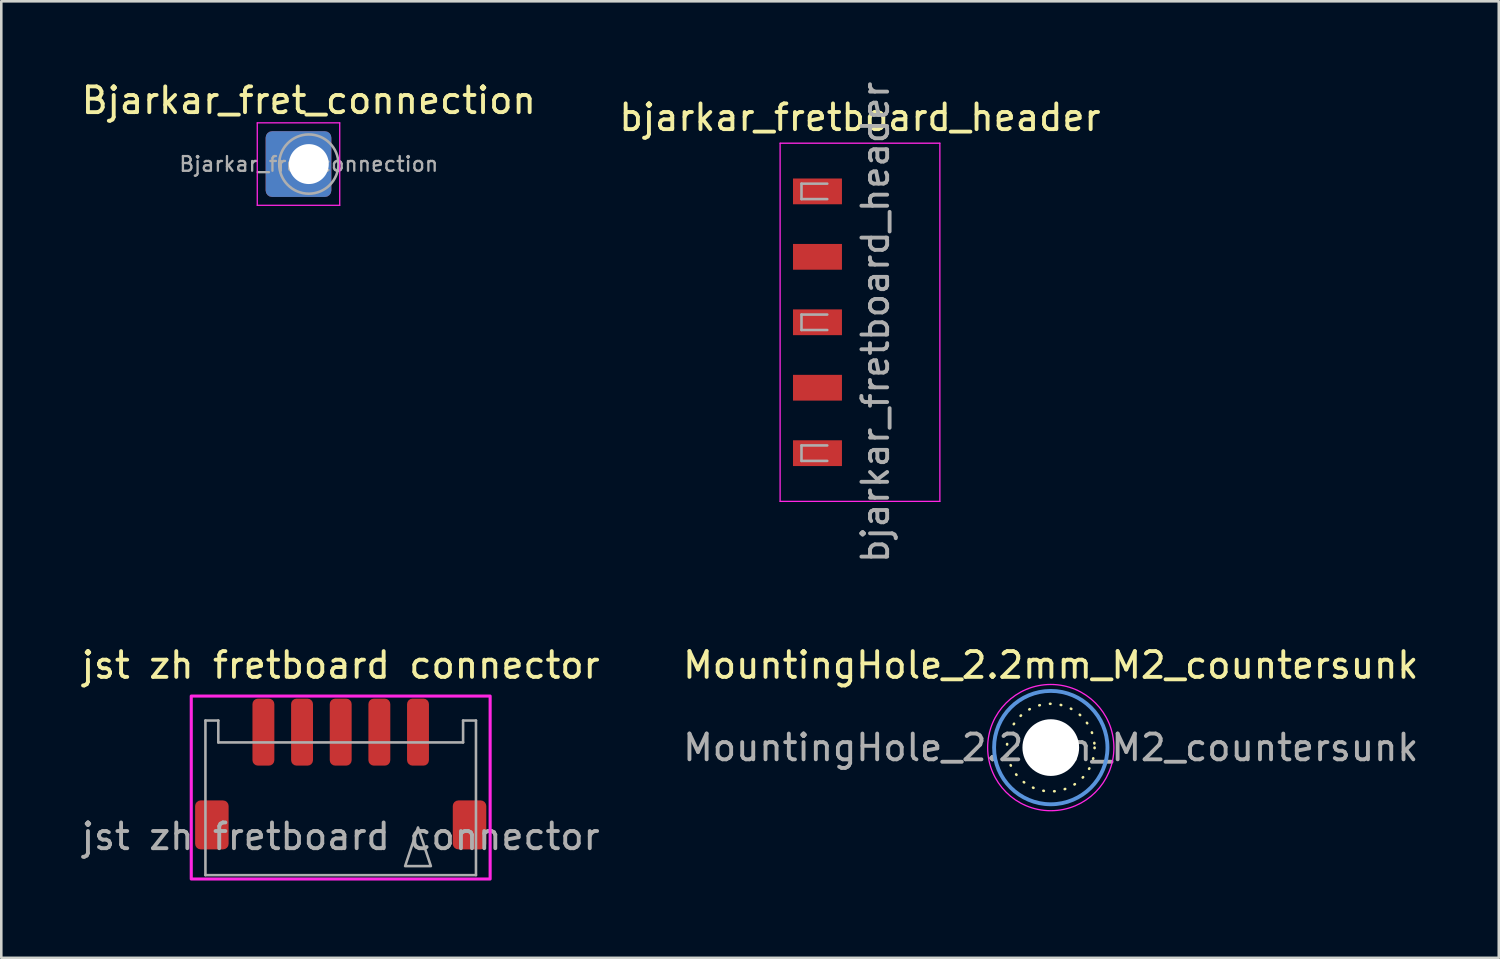
<source format=kicad_pcb>
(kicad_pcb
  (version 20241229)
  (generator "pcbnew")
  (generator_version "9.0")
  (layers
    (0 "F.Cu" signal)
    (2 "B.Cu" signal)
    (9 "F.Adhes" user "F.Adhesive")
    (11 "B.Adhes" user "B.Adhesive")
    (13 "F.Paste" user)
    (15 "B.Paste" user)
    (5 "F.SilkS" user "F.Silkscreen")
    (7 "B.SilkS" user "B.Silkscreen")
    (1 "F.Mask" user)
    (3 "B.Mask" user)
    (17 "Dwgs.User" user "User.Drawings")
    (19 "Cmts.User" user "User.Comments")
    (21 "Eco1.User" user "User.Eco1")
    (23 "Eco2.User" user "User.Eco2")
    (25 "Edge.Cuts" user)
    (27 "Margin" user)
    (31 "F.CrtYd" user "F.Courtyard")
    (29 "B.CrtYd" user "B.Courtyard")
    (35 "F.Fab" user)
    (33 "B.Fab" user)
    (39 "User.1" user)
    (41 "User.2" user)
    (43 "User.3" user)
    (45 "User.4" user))
  (footprint "Bjarkar_fret_connection"
    (layer "F.Cu")
    (at 8.935 3.318)
    (property "Reference" "Bjarkar_fret_connection" (at 0 -2.47 0) (layer "F.SilkS") (effects (font (size 1 1) (thickness 0.15))))
    (attr exclude_from_pos_files exclude_from_bom)
    (fp_line (start -2 -1.6) (end -2 1.6) (stroke (width 0.05) (type solid)) (layer "F.CrtYd"))
    (fp_line (start -2 1.6) (end 1.2 1.6) (stroke (width 0.05) (type solid)) (layer "F.CrtYd"))
    (fp_line (start 1.2 -1.6) (end -2 -1.6) (stroke (width 0.05) (type solid)) (layer "F.CrtYd"))
    (fp_line (start 1.2 1.6) (end 1.2 -1.6) (stroke (width 0.05) (type solid)) (layer "F.CrtYd"))
    (fp_circle (center 0 0) (end 1.15 0) (stroke (width 0.1) (type solid)) (fill no) (layer "F.Fab"))
    (fp_text user "${REFERENCE}" (at 0 0 0) (layer "F.Fab") (effects (font (size 0.57 0.57) (thickness 0.09))))
    (pad "1" thru_hole roundrect (at 0 0) (size 2.55 2.55) (drill 1.55 (offset -0.4 0)) (layers "*.Cu" "*.Mask") (roundrect_rratio 0.098)))
  (footprint "jst zh fretboard connector"
    (layer "F.Cu")
    (at 10.173 27.565)
    (property "Reference" "jst zh fretboard connector" (at 0 -4.8 0) (layer "F.SilkS") (effects (font (size 1 1) (thickness 0.15))))
    (attr smd)
    (fp_rect (start -5.8 3.5) (end 5.8 -3.6) (stroke (width 0.12) (type default)) (fill no) (layer "F.CrtYd"))
    (fp_line (start -5.25 -2.65) (end -5.25 3.35) (stroke (width 0.1) (type default)) (layer "F.Fab"))
    (fp_line (start -5.25 3.35) (end 5.25 3.35) (stroke (width 0.1) (type default)) (layer "F.Fab"))
    (fp_line (start -4.75 -2.65) (end -5.25 -2.65) (stroke (width 0.1) (type default)) (layer "F.Fab"))
    (fp_line (start -4.75 -1.8) (end -4.75 -2.65) (stroke (width 0.1) (type default)) (layer "F.Fab"))
    (fp_line (start 4.75 -2.65) (end 4.75 -1.8) (stroke (width 0.1) (type default)) (layer "F.Fab"))
    (fp_line (start 4.75 -1.8) (end -4.75 -1.8) (stroke (width 0.1) (type default)) (layer "F.Fab"))
    (fp_line (start 5.25 -2.65) (end 4.75 -2.65) (stroke (width 0.1) (type default)) (layer "F.Fab"))
    (fp_line (start 5.25 3.35) (end 5.25 -2.65) (stroke (width 0.1) (type default)) (layer "F.Fab"))
    (fp_poly (pts (xy 3 1.5) (xy 2.5 3) (xy 3.5 3)) (stroke (width 0.1) (type solid)) (fill no) (layer "F.Fab"))
    (fp_text user "${REFERENCE}" (at 0 1.85 0) (layer "F.Fab") (effects (font (size 1 1) (thickness 0.15))))
    (pad "1" smd roundrect (at 3 -2.2) (size 0.85 2.6) (layers "F.Cu" "F.Mask" "F.Paste") (roundrect_rratio 0.25))
    (pad "2" smd roundrect (at 1.5 -2.2) (size 0.85 2.6) (layers "F.Cu" "F.Mask" "F.Paste") (roundrect_rratio 0.25))
    (pad "3" smd roundrect (at 0 -2.2) (size 0.85 2.6) (layers "F.Cu" "F.Mask" "F.Paste") (roundrect_rratio 0.25))
    (pad "4" smd roundrect (at -1.5 -2.2) (size 0.85 2.6) (layers "F.Cu" "F.Mask" "F.Paste") (roundrect_rratio 0.25))
    (pad "5" smd roundrect (at -3 -2.2) (size 0.85 2.6) (layers "F.Cu" "F.Mask" "F.Paste") (roundrect_rratio 0.25))
    (pad "6" smd roundrect (at -5 1.4) (size 1.3 1.9) (layers "F.Cu" "F.Mask" "F.Paste") (roundrect_rratio 0.167))
    (pad "6" smd roundrect (at 5 1.4) (size 1.3 1.9) (layers "F.Cu" "F.Mask" "F.Paste") (roundrect_rratio 0.167)))
  (footprint "bjarkar_fretboard_header"
    (layer "F.Cu")
    (at 30.327 9.458)
    (property "Reference" "bjarkar_fretboard_header" (at 0 -7.95 0) (layer "F.SilkS") (effects (font (size 1 1) (thickness 0.15))))
    (attr smd)
    (fp_line (start -3.1 -6.95) (end 3.1 -6.95) (stroke (width 0.05) (type solid)) (layer "F.CrtYd"))
    (fp_line (start -3.1 6.95) (end -3.1 -6.95) (stroke (width 0.05) (type solid)) (layer "F.CrtYd"))
    (fp_line (start 3.1 -6.95) (end 3.1 6.95) (stroke (width 0.05) (type solid)) (layer "F.CrtYd"))
    (fp_line (start 3.1 6.95) (end -3.1 6.95) (stroke (width 0.05) (type solid)) (layer "F.CrtYd"))
    (fp_line (start -2.27 -5.38) (end -1.27 -5.38) (stroke (width 0.1) (type solid)) (layer "F.Fab"))
    (fp_line (start -2.27 -4.78) (end -2.27 -5.38) (stroke (width 0.1) (type solid)) (layer "F.Fab"))
    (fp_line (start -2.27 -0.3) (end -1.27 -0.3) (stroke (width 0.1) (type solid)) (layer "F.Fab"))
    (fp_line (start -2.27 0.3) (end -2.27 -0.3) (stroke (width 0.1) (type solid)) (layer "F.Fab"))
    (fp_line (start -2.27 4.78) (end -1.27 4.78) (stroke (width 0.1) (type solid)) (layer "F.Fab"))
    (fp_line (start -2.27 5.38) (end -2.27 4.78) (stroke (width 0.1) (type solid)) (layer "F.Fab"))
    (fp_line (start -1.27 -4.78) (end -2.27 -4.78) (stroke (width 0.1) (type solid)) (layer "F.Fab"))
    (fp_line (start -1.27 0.3) (end -2.27 0.3) (stroke (width 0.1) (type solid)) (layer "F.Fab"))
    (fp_line (start -1.27 5.38) (end -2.27 5.38) (stroke (width 0.1) (type solid)) (layer "F.Fab"))
    (fp_text user "${REFERENCE}" (at 0.6 0 90) (layer "F.Fab") (effects (font (size 1 1) (thickness 0.15))))
    (pad "1" smd rect (at -1.65 -5.08) (size 1.9 1) (layers "F.Cu" "F.Mask" "F.Paste"))
    (pad "2" smd rect (at -1.65 -2.54) (size 1.9 1) (layers "F.Cu" "F.Mask" "F.Paste"))
    (pad "3" smd rect (at -1.65 0) (size 1.9 1) (layers "F.Cu" "F.Mask" "F.Paste"))
    (pad "4" smd rect (at -1.65 2.54) (size 1.9 1) (layers "F.Cu" "F.Mask" "F.Paste"))
    (pad "5" smd rect (at -1.65 5.08) (size 1.9 1) (layers "F.Cu" "F.Mask" "F.Paste")))
  (footprint "MountingHole_2.2mm_M2_countersunk"
    (layer "F.Cu")
    (at 37.732 25.965)
    (property "Reference" "MountingHole_2.2mm_M2_countersunk" (at 0 -3.2 0) (layer "F.SilkS") (effects (font (size 1 1) (thickness 0.15))))
    (attr exclude_from_pos_files exclude_from_bom)
    (fp_circle (center 0 0) (end 1.7 0) (stroke (width 0.1) (type dot)) (fill no) (layer "F.SilkS"))
    (fp_circle (center 0 0) (end 2.2 0) (stroke (width 0.15) (type solid)) (fill no) (layer "Cmts.User"))
    (fp_circle (center 0 0) (end 2.45 0) (stroke (width 0.05) (type solid)) (fill no) (layer "F.CrtYd"))
    (fp_text user "${REFERENCE}" (at 0 0 0) (layer "F.Fab") (effects (font (size 1 1) (thickness 0.15))))
    (pad "" np_thru_hole circle (at 0 0) (size 2.2 2.2) (drill 2.2) (layers "*.Cu" "*.Mask")))
  (gr_rect
    (start -3 -3)
    (end 55.119 34.125)
    (stroke (width 0.1) (type default))
    (fill no)
    (layer "Edge.Cuts")))
</source>
